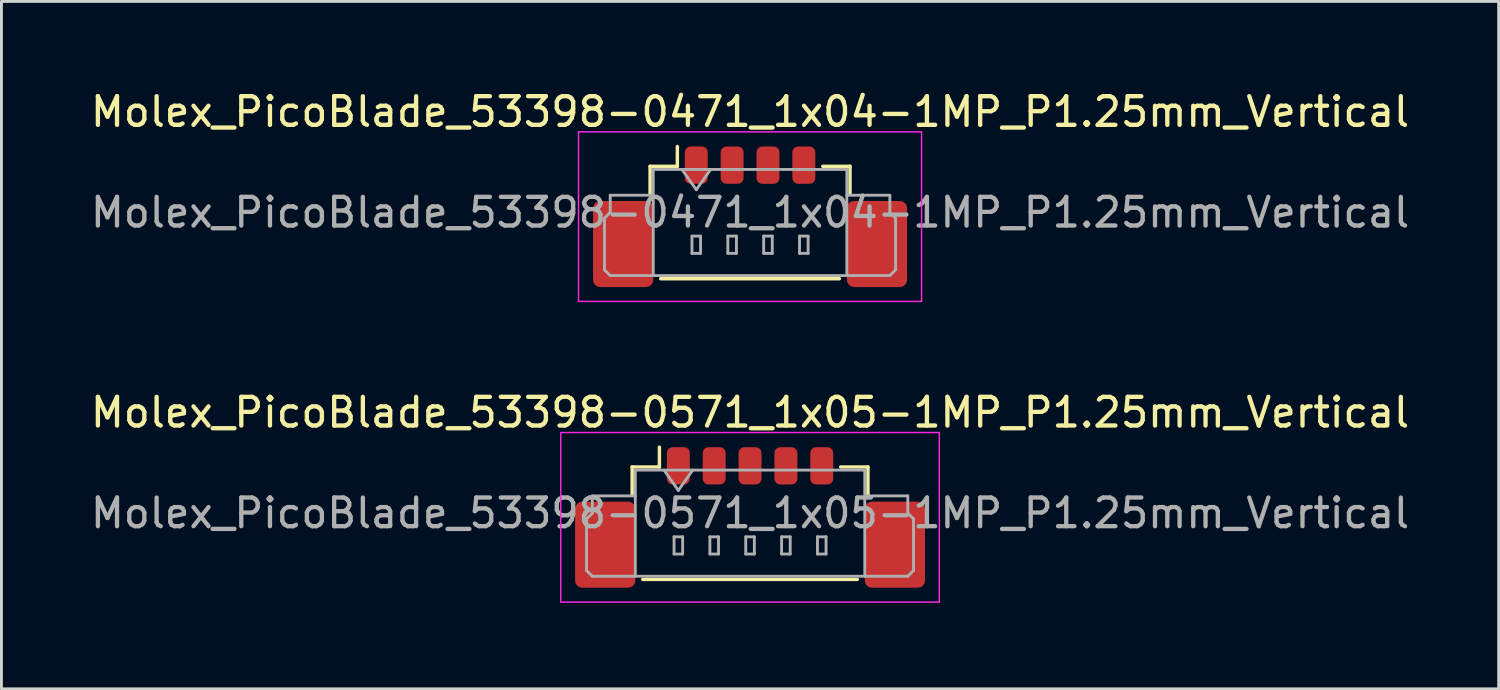
<source format=kicad_pcb>
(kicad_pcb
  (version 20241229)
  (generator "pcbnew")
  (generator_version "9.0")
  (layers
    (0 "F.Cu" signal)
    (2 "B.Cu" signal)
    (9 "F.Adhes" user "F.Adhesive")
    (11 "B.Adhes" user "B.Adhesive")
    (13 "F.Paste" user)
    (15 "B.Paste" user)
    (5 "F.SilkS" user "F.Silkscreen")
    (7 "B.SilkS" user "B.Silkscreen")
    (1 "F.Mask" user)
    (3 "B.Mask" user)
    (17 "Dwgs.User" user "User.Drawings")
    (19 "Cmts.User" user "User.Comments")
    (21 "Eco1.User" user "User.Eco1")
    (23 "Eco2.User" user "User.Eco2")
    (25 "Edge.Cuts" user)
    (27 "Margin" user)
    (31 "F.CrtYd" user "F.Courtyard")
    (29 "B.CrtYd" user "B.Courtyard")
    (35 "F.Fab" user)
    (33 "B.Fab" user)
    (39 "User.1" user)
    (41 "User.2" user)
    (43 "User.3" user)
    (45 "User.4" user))
  (footprint "Molex_PicoBlade_53398-0571_1x05-1MP_P1.25mm_Vertical"
    (layer "F.Cu")
    (at 23.101 14.441)
    (property "Reference" "Molex_PicoBlade_53398-0571_1x05-1MP_P1.25mm_Vertical" (at 0 -3.11 0) (layer "F.SilkS") (effects (font (size 1 1) (thickness 0.15))))
    (attr smd)
    (fp_line (start -4.11 -1.21) (end -3.16 -1.21) (stroke (width 0.12) (type solid)) (layer "F.SilkS"))
    (fp_line (start -4.11 -0.26) (end -4.11 -1.21) (stroke (width 0.12) (type solid)) (layer "F.SilkS"))
    (fp_line (start -3.74 2.71) (end 3.74 2.71) (stroke (width 0.12) (type solid)) (layer "F.SilkS"))
    (fp_line (start -3.16 -1.21) (end -3.16 -1.9) (stroke (width 0.12) (type solid)) (layer "F.SilkS"))
    (fp_line (start 4.11 -1.21) (end 3.16 -1.21) (stroke (width 0.12) (type solid)) (layer "F.SilkS"))
    (fp_line (start 4.11 -0.26) (end 4.11 -1.21) (stroke (width 0.12) (type solid)) (layer "F.SilkS"))
    (fp_line (start -6.6 -2.41) (end -6.6 3.5) (stroke (width 0.05) (type solid)) (layer "F.CrtYd"))
    (fp_line (start -6.6 3.5) (end 6.6 3.5) (stroke (width 0.05) (type solid)) (layer "F.CrtYd"))
    (fp_line (start 6.6 -2.41) (end -6.6 -2.41) (stroke (width 0.05) (type solid)) (layer "F.CrtYd"))
    (fp_line (start 6.6 3.5) (end 6.6 -2.41) (stroke (width 0.05) (type solid)) (layer "F.CrtYd"))
    (fp_line (start -5.7 0.6) (end -5.5 0.4) (stroke (width 0.1) (type solid)) (layer "F.Fab"))
    (fp_line (start -5.7 2.4) (end -5.7 0.6) (stroke (width 0.1) (type solid)) (layer "F.Fab"))
    (fp_line (start -5.5 -0.2) (end -4 -0.2) (stroke (width 0.1) (type solid)) (layer "F.Fab"))
    (fp_line (start -5.5 0.4) (end -5.5 -0.2) (stroke (width 0.1) (type solid)) (layer "F.Fab"))
    (fp_line (start -5.5 2.6) (end -5.7 2.4) (stroke (width 0.1) (type solid)) (layer "F.Fab"))
    (fp_line (start -4 -1.1) (end -4 2.6) (stroke (width 0.1) (type solid)) (layer "F.Fab"))
    (fp_line (start -4 -1.1) (end 4 -1.1) (stroke (width 0.1) (type solid)) (layer "F.Fab"))
    (fp_line (start -4 2.6) (end -5.5 2.6) (stroke (width 0.1) (type solid)) (layer "F.Fab"))
    (fp_line (start -4 2.6) (end 4 2.6) (stroke (width 0.1) (type solid)) (layer "F.Fab"))
    (fp_line (start -3 -1.1) (end -2.5 -0.393) (stroke (width 0.1) (type solid)) (layer "F.Fab"))
    (fp_line (start -2.65 1.225) (end -2.65 1.825) (stroke (width 0.1) (type solid)) (layer "F.Fab"))
    (fp_line (start -2.65 1.825) (end -2.35 1.825) (stroke (width 0.1) (type solid)) (layer "F.Fab"))
    (fp_line (start -2.5 -0.393) (end -2 -1.1) (stroke (width 0.1) (type solid)) (layer "F.Fab"))
    (fp_line (start -2.35 1.225) (end -2.65 1.225) (stroke (width 0.1) (type solid)) (layer "F.Fab"))
    (fp_line (start -2.35 1.825) (end -2.35 1.225) (stroke (width 0.1) (type solid)) (layer "F.Fab"))
    (fp_line (start -1.4 1.225) (end -1.4 1.825) (stroke (width 0.1) (type solid)) (layer "F.Fab"))
    (fp_line (start -1.4 1.825) (end -1.1 1.825) (stroke (width 0.1) (type solid)) (layer "F.Fab"))
    (fp_line (start -1.1 1.225) (end -1.4 1.225) (stroke (width 0.1) (type solid)) (layer "F.Fab"))
    (fp_line (start -1.1 1.825) (end -1.1 1.225) (stroke (width 0.1) (type solid)) (layer "F.Fab"))
    (fp_line (start -0.15 1.225) (end -0.15 1.825) (stroke (width 0.1) (type solid)) (layer "F.Fab"))
    (fp_line (start -0.15 1.825) (end 0.15 1.825) (stroke (width 0.1) (type solid)) (layer "F.Fab"))
    (fp_line (start 0.15 1.225) (end -0.15 1.225) (stroke (width 0.1) (type solid)) (layer "F.Fab"))
    (fp_line (start 0.15 1.825) (end 0.15 1.225) (stroke (width 0.1) (type solid)) (layer "F.Fab"))
    (fp_line (start 1.1 1.225) (end 1.1 1.825) (stroke (width 0.1) (type solid)) (layer "F.Fab"))
    (fp_line (start 1.1 1.825) (end 1.4 1.825) (stroke (width 0.1) (type solid)) (layer "F.Fab"))
    (fp_line (start 1.4 1.225) (end 1.1 1.225) (stroke (width 0.1) (type solid)) (layer "F.Fab"))
    (fp_line (start 1.4 1.825) (end 1.4 1.225) (stroke (width 0.1) (type solid)) (layer "F.Fab"))
    (fp_line (start 2.35 1.225) (end 2.35 1.825) (stroke (width 0.1) (type solid)) (layer "F.Fab"))
    (fp_line (start 2.35 1.825) (end 2.65 1.825) (stroke (width 0.1) (type solid)) (layer "F.Fab"))
    (fp_line (start 2.65 1.225) (end 2.35 1.225) (stroke (width 0.1) (type solid)) (layer "F.Fab"))
    (fp_line (start 2.65 1.825) (end 2.65 1.225) (stroke (width 0.1) (type solid)) (layer "F.Fab"))
    (fp_line (start 4 -1.1) (end 4 2.6) (stroke (width 0.1) (type solid)) (layer "F.Fab"))
    (fp_line (start 4 2.6) (end 5.5 2.6) (stroke (width 0.1) (type solid)) (layer "F.Fab"))
    (fp_line (start 5.5 -0.2) (end 4 -0.2) (stroke (width 0.1) (type solid)) (layer "F.Fab"))
    (fp_line (start 5.5 0.4) (end 5.5 -0.2) (stroke (width 0.1) (type solid)) (layer "F.Fab"))
    (fp_line (start 5.5 2.6) (end 5.7 2.4) (stroke (width 0.1) (type solid)) (layer "F.Fab"))
    (fp_line (start 5.7 0.6) (end 5.5 0.4) (stroke (width 0.1) (type solid)) (layer "F.Fab"))
    (fp_line (start 5.7 2.4) (end 5.7 0.6) (stroke (width 0.1) (type solid)) (layer "F.Fab"))
    (fp_text user "${REFERENCE}" (at 0 0.4 0) (layer "F.Fab") (effects (font (size 1 1) (thickness 0.15))))
    (pad "1" smd roundrect (at -2.5 -1.25) (size 0.8 1.3) (layers "F.Cu" "F.Mask" "F.Paste") (roundrect_rratio 0.25))
    (pad "2" smd roundrect (at -1.25 -1.25) (size 0.8 1.3) (layers "F.Cu" "F.Mask" "F.Paste") (roundrect_rratio 0.25))
    (pad "3" smd roundrect (at 0 -1.25) (size 0.8 1.3) (layers "F.Cu" "F.Mask" "F.Paste") (roundrect_rratio 0.25))
    (pad "4" smd roundrect (at 1.25 -1.25) (size 0.8 1.3) (layers "F.Cu" "F.Mask" "F.Paste") (roundrect_rratio 0.25))
    (pad "5" smd roundrect (at 2.5 -1.25) (size 0.8 1.3) (layers "F.Cu" "F.Mask" "F.Paste") (roundrect_rratio 0.25))
    (pad "MP" smd roundrect (at -5.05 1.5) (size 2.1 3) (layers "F.Cu" "F.Mask" "F.Paste") (roundrect_rratio 0.119))
    (pad "MP" smd roundrect (at 5.05 1.5) (size 2.1 3) (layers "F.Cu" "F.Mask" "F.Paste") (roundrect_rratio 0.119)))
  (footprint "Molex_PicoBlade_53398-0471_1x04-1MP_P1.25mm_Vertical"
    (layer "F.Cu")
    (at 23.101 3.958)
    (property "Reference" "Molex_PicoBlade_53398-0471_1x04-1MP_P1.25mm_Vertical" (at 0 -3.11 0) (layer "F.SilkS") (effects (font (size 1 1) (thickness 0.15))))
    (attr smd)
    (fp_line (start -3.485 -1.21) (end -2.535 -1.21) (stroke (width 0.12) (type solid)) (layer "F.SilkS"))
    (fp_line (start -3.485 -0.26) (end -3.485 -1.21) (stroke (width 0.12) (type solid)) (layer "F.SilkS"))
    (fp_line (start -3.115 2.71) (end 3.115 2.71) (stroke (width 0.12) (type solid)) (layer "F.SilkS"))
    (fp_line (start -2.535 -1.21) (end -2.535 -1.9) (stroke (width 0.12) (type solid)) (layer "F.SilkS"))
    (fp_line (start 3.485 -1.21) (end 2.535 -1.21) (stroke (width 0.12) (type solid)) (layer "F.SilkS"))
    (fp_line (start 3.485 -0.26) (end 3.485 -1.21) (stroke (width 0.12) (type solid)) (layer "F.SilkS"))
    (fp_line (start -5.98 -2.41) (end -5.98 3.5) (stroke (width 0.05) (type solid)) (layer "F.CrtYd"))
    (fp_line (start -5.98 3.5) (end 5.98 3.5) (stroke (width 0.05) (type solid)) (layer "F.CrtYd"))
    (fp_line (start 5.98 -2.41) (end -5.98 -2.41) (stroke (width 0.05) (type solid)) (layer "F.CrtYd"))
    (fp_line (start 5.98 3.5) (end 5.98 -2.41) (stroke (width 0.05) (type solid)) (layer "F.CrtYd"))
    (fp_line (start -5.075 0.6) (end -4.875 0.4) (stroke (width 0.1) (type solid)) (layer "F.Fab"))
    (fp_line (start -5.075 2.4) (end -5.075 0.6) (stroke (width 0.1) (type solid)) (layer "F.Fab"))
    (fp_line (start -4.875 -0.2) (end -3.375 -0.2) (stroke (width 0.1) (type solid)) (layer "F.Fab"))
    (fp_line (start -4.875 0.4) (end -4.875 -0.2) (stroke (width 0.1) (type solid)) (layer "F.Fab"))
    (fp_line (start -4.875 2.6) (end -5.075 2.4) (stroke (width 0.1) (type solid)) (layer "F.Fab"))
    (fp_line (start -3.375 -1.1) (end -3.375 2.6) (stroke (width 0.1) (type solid)) (layer "F.Fab"))
    (fp_line (start -3.375 -1.1) (end 3.375 -1.1) (stroke (width 0.1) (type solid)) (layer "F.Fab"))
    (fp_line (start -3.375 2.6) (end -4.875 2.6) (stroke (width 0.1) (type solid)) (layer "F.Fab"))
    (fp_line (start -3.375 2.6) (end 3.375 2.6) (stroke (width 0.1) (type solid)) (layer "F.Fab"))
    (fp_line (start -2.375 -1.1) (end -1.875 -0.393) (stroke (width 0.1) (type solid)) (layer "F.Fab"))
    (fp_line (start -2.025 1.225) (end -2.025 1.825) (stroke (width 0.1) (type solid)) (layer "F.Fab"))
    (fp_line (start -2.025 1.825) (end -1.725 1.825) (stroke (width 0.1) (type solid)) (layer "F.Fab"))
    (fp_line (start -1.875 -0.393) (end -1.375 -1.1) (stroke (width 0.1) (type solid)) (layer "F.Fab"))
    (fp_line (start -1.725 1.225) (end -2.025 1.225) (stroke (width 0.1) (type solid)) (layer "F.Fab"))
    (fp_line (start -1.725 1.825) (end -1.725 1.225) (stroke (width 0.1) (type solid)) (layer "F.Fab"))
    (fp_line (start -0.775 1.225) (end -0.775 1.825) (stroke (width 0.1) (type solid)) (layer "F.Fab"))
    (fp_line (start -0.775 1.825) (end -0.475 1.825) (stroke (width 0.1) (type solid)) (layer "F.Fab"))
    (fp_line (start -0.475 1.225) (end -0.775 1.225) (stroke (width 0.1) (type solid)) (layer "F.Fab"))
    (fp_line (start -0.475 1.825) (end -0.475 1.225) (stroke (width 0.1) (type solid)) (layer "F.Fab"))
    (fp_line (start 0.475 1.225) (end 0.475 1.825) (stroke (width 0.1) (type solid)) (layer "F.Fab"))
    (fp_line (start 0.475 1.825) (end 0.775 1.825) (stroke (width 0.1) (type solid)) (layer "F.Fab"))
    (fp_line (start 0.775 1.225) (end 0.475 1.225) (stroke (width 0.1) (type solid)) (layer "F.Fab"))
    (fp_line (start 0.775 1.825) (end 0.775 1.225) (stroke (width 0.1) (type solid)) (layer "F.Fab"))
    (fp_line (start 1.725 1.225) (end 1.725 1.825) (stroke (width 0.1) (type solid)) (layer "F.Fab"))
    (fp_line (start 1.725 1.825) (end 2.025 1.825) (stroke (width 0.1) (type solid)) (layer "F.Fab"))
    (fp_line (start 2.025 1.225) (end 1.725 1.225) (stroke (width 0.1) (type solid)) (layer "F.Fab"))
    (fp_line (start 2.025 1.825) (end 2.025 1.225) (stroke (width 0.1) (type solid)) (layer "F.Fab"))
    (fp_line (start 3.375 -1.1) (end 3.375 2.6) (stroke (width 0.1) (type solid)) (layer "F.Fab"))
    (fp_line (start 3.375 2.6) (end 4.875 2.6) (stroke (width 0.1) (type solid)) (layer "F.Fab"))
    (fp_line (start 4.875 -0.2) (end 3.375 -0.2) (stroke (width 0.1) (type solid)) (layer "F.Fab"))
    (fp_line (start 4.875 0.4) (end 4.875 -0.2) (stroke (width 0.1) (type solid)) (layer "F.Fab"))
    (fp_line (start 4.875 2.6) (end 5.075 2.4) (stroke (width 0.1) (type solid)) (layer "F.Fab"))
    (fp_line (start 5.075 0.6) (end 4.875 0.4) (stroke (width 0.1) (type solid)) (layer "F.Fab"))
    (fp_line (start 5.075 2.4) (end 5.075 0.6) (stroke (width 0.1) (type solid)) (layer "F.Fab"))
    (fp_text user "${REFERENCE}" (at 0 0.4 0) (layer "F.Fab") (effects (font (size 1 1) (thickness 0.15))))
    (pad "1" smd roundrect (at -1.875 -1.25) (size 0.8 1.3) (layers "F.Cu" "F.Mask" "F.Paste") (roundrect_rratio 0.25))
    (pad "2" smd roundrect (at -0.625 -1.25) (size 0.8 1.3) (layers "F.Cu" "F.Mask" "F.Paste") (roundrect_rratio 0.25))
    (pad "3" smd roundrect (at 0.625 -1.25) (size 0.8 1.3) (layers "F.Cu" "F.Mask" "F.Paste") (roundrect_rratio 0.25))
    (pad "4" smd roundrect (at 1.875 -1.25) (size 0.8 1.3) (layers "F.Cu" "F.Mask" "F.Paste") (roundrect_rratio 0.25))
    (pad "MP" smd roundrect (at -4.425 1.5) (size 2.1 3) (layers "F.Cu" "F.Mask" "F.Paste") (roundrect_rratio 0.119))
    (pad "MP" smd roundrect (at 4.425 1.5) (size 2.1 3) (layers "F.Cu" "F.Mask" "F.Paste") (roundrect_rratio 0.119)))
  (gr_rect
    (start -3 -3)
    (end 49.202 20.966)
    (stroke (width 0.1) (type default))
    (fill no)
    (layer "Edge.Cuts")))
</source>
